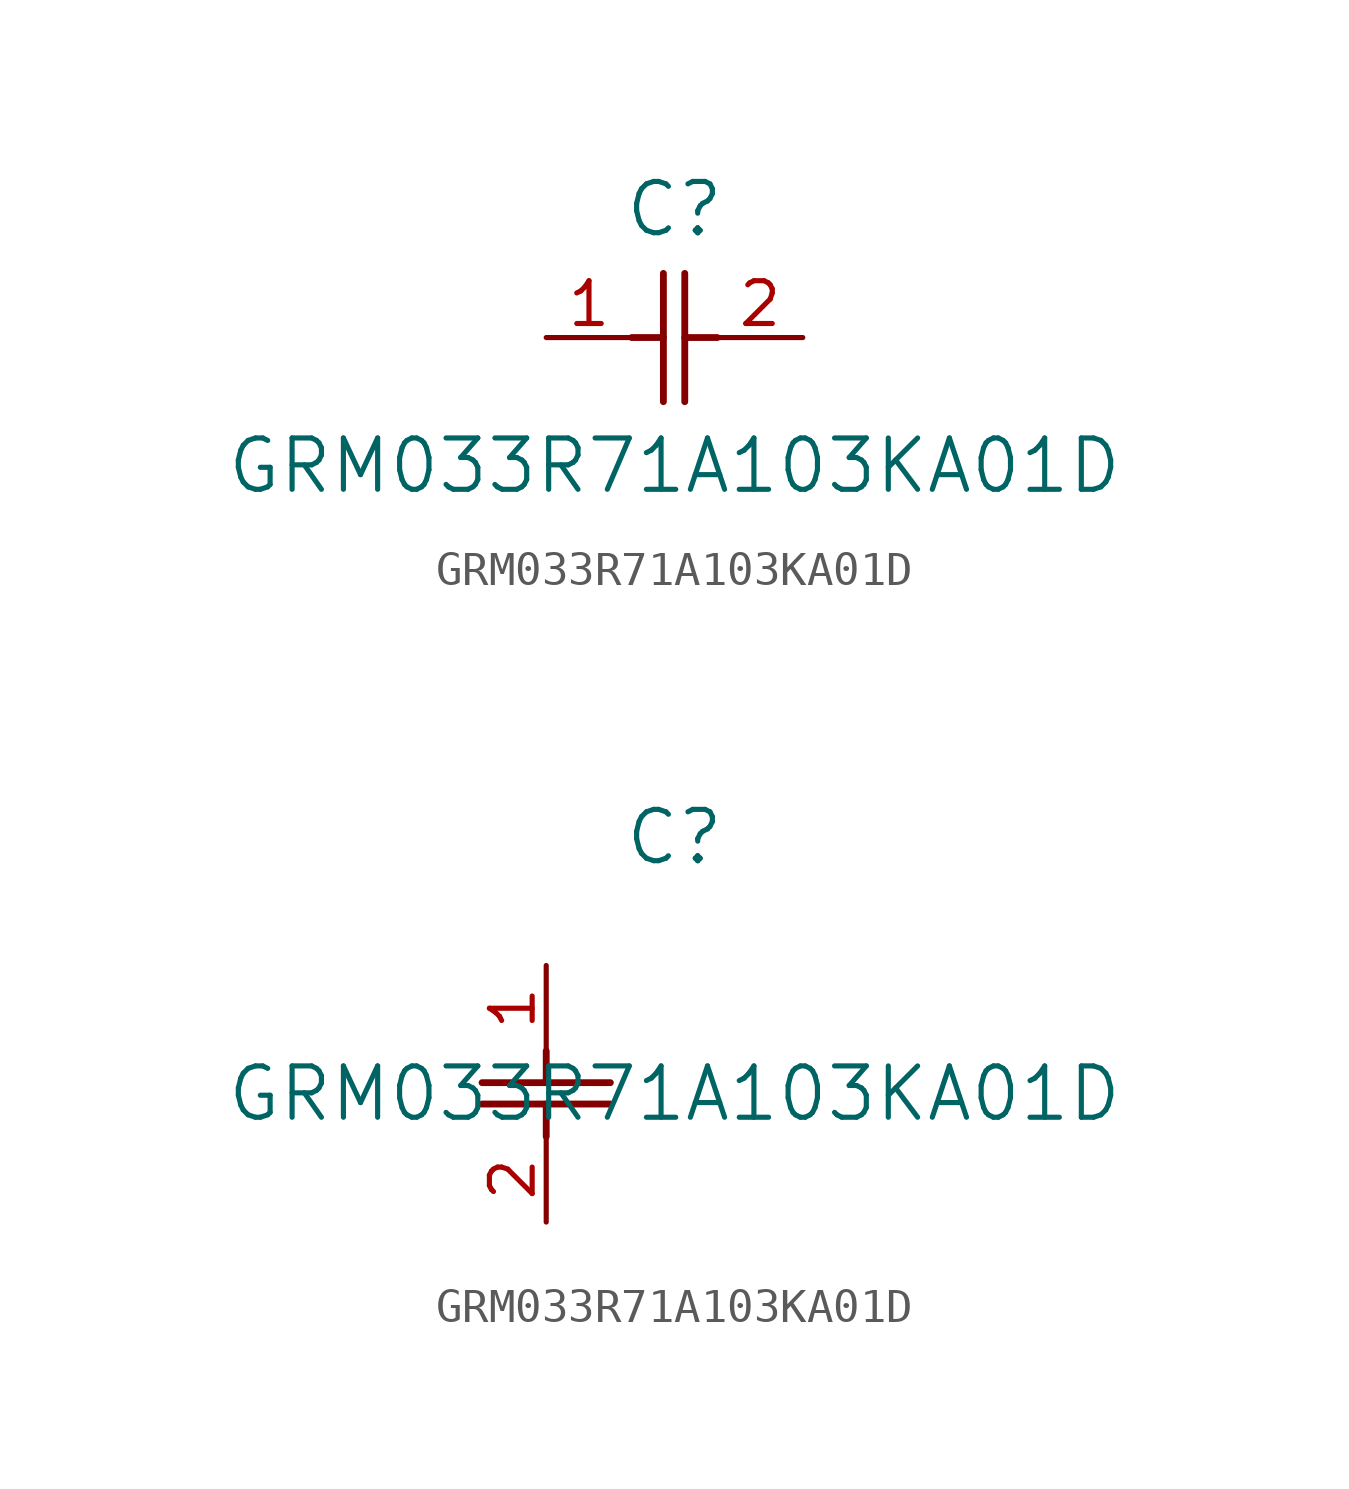
<source format=kicad_sym>
(kicad_symbol_lib
  (version 20211014)
  (generator kicad_symbol_editor)
  (symbol "GRM033R71A103KA01D"
    (pin_names
      (offset 0.254))
    (property "Reference" "C"
      (at 3.81 3.81 0)
      (effects (font (size 1.524 1.524))))
    (property "Value" "GRM033R71A103KA01D"
      (at 3.81 -3.81 0)
      (effects (font (size 1.524 1.524))))
    (symbol "GRM033R71A103KA01D_1_1"
      (polyline (pts (xy 3.48 -1.905) (xy 3.48 1.905)) (stroke (width 0.203) (type default) (color 0 0 0 0)) (fill (type none)))
      (polyline (pts (xy 4.115 -1.905) (xy 4.115 1.905)) (stroke (width 0.203) (type default) (color 0 0 0 0)) (fill (type none)))
      (polyline (pts (xy 4.115 0) (xy 5.08 0)) (stroke (width 0.203) (type default) (color 0 0 0 0)) (fill (type none)))
      (polyline (pts (xy 2.54 0) (xy 3.48 0)) (stroke (width 0.203) (type default) (color 0 0 0 0)) (fill (type none)))
      (pin unspecified line (at 0 0 0) (length 2.54) (name "" (effects (font (size 1.27 1.27)))) (number "1" (effects (font (size 1.27 1.27)))))
      (pin unspecified line (at 7.62 0 180) (length 2.54) (name "" (effects (font (size 1.27 1.27)))) (number "2" (effects (font (size 1.27 1.27))))))
    (symbol "GRM033R71A103KA01D_1_2"
      (polyline (pts (xy -1.905 -3.48) (xy 1.905 -3.48)) (stroke (width 0.203) (type default) (color 0 0 0 0)) (fill (type none)))
      (polyline (pts (xy -1.905 -4.115) (xy 1.905 -4.115)) (stroke (width 0.203) (type default) (color 0 0 0 0)) (fill (type none)))
      (polyline (pts (xy 0 -4.115) (xy 0 -5.08)) (stroke (width 0.203) (type default) (color 0 0 0 0)) (fill (type none)))
      (polyline (pts (xy 0 -2.54) (xy 0 -3.48)) (stroke (width 0.203) (type default) (color 0 0 0 0)) (fill (type none)))
      (pin unspecified line (at 0 0 270) (length 2.54) (name "" (effects (font (size 1.27 1.27)))) (number "1" (effects (font (size 1.27 1.27)))))
      (pin unspecified line (at 0 -7.62 90) (length 2.54) (name "" (effects (font (size 1.27 1.27)))) (number "2" (effects (font (size 1.27 1.27))))))))
</source>
